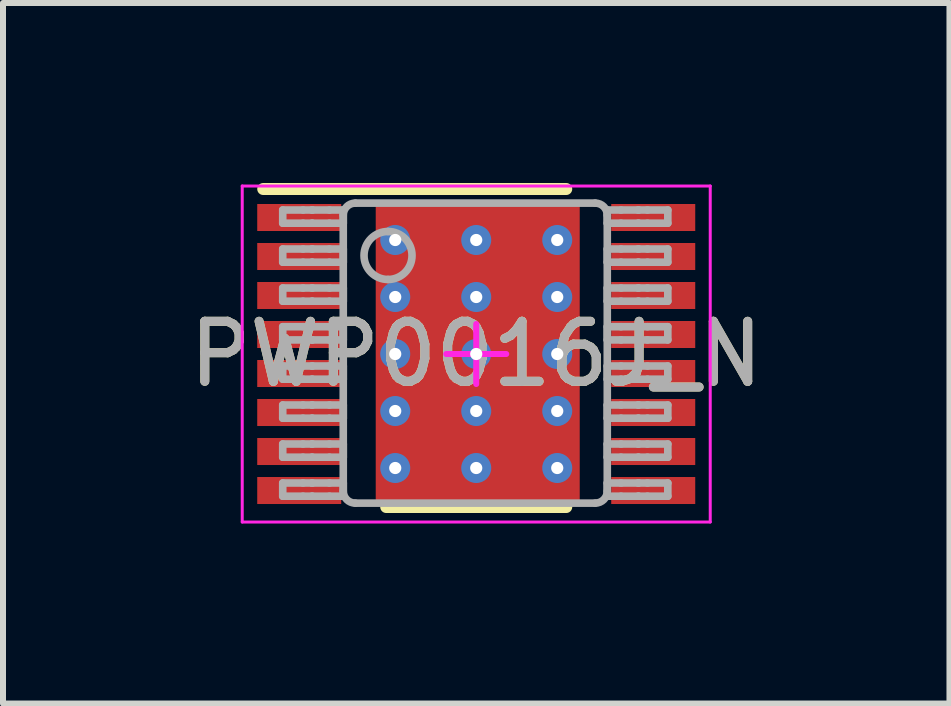
<source format=kicad_pcb>
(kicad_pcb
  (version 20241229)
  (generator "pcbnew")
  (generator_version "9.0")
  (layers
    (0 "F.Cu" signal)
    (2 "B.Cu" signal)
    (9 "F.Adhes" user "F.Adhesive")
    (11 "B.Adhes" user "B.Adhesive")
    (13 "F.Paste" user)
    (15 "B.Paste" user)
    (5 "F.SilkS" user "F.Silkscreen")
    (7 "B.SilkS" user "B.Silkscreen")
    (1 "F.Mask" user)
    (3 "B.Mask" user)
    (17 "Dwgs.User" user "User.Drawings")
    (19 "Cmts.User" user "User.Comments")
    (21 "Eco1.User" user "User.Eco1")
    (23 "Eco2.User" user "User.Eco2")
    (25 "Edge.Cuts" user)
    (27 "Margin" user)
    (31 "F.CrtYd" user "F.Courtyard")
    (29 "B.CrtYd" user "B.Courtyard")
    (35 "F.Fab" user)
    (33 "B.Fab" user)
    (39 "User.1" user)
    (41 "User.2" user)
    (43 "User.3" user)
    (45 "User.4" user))
  (footprint "PWP0016J_N"
    (layer "F.Cu")
    (at 4.887 2.85)
    (property "Reference" "PWP0016J_N" (at 0 0 0) (unlocked yes) (layer "F.SilkS") (effects (font (size 1 1) (thickness 0.15))))
    (attr smd)
    (fp_poly (pts (xy -1.23 1.726) (xy -1.23 -1.726) (xy -1.229 -1.735) (xy -1.226 -1.745) (xy -1.222 -1.753) (xy -1.216 -1.761) (xy -1.208 -1.767) (xy -1.2 -1.771) (xy -1.19 -1.774) (xy -1.181 -1.775) (xy 1.181 -1.775) (xy 1.19 -1.774) (xy 1.2 -1.771) (xy 1.208 -1.767) (xy 1.216 -1.761) (xy 1.222 -1.753) (xy 1.226 -1.745) (xy 1.229 -1.735) (xy 1.23 -1.726) (xy 1.23 1.726) (xy 1.229 1.735) (xy 1.226 1.745) (xy 1.222 1.753) (xy 1.216 1.761) (xy 1.208 1.767) (xy 1.2 1.771) (xy 1.19 1.774) (xy 1.181 1.775) (xy -1.181 1.775) (xy -1.19 1.774) (xy -1.2 1.771) (xy -1.208 1.767) (xy -1.216 1.761) (xy -1.222 1.753) (xy -1.226 1.745) (xy -1.229 1.735)) (stroke (width 0) (type solid)) (fill yes) (layer "F.Mask"))
    (fp_line (start -3.55 -2.75) (end 1.5 -2.75) (stroke (width 0.2) (type solid)) (layer "F.SilkS"))
    (fp_line (start -1.5 2.55) (end 1.5 2.55) (stroke (width 0.2) (type solid)) (layer "F.SilkS"))
    (fp_poly (pts (xy -1.23 1.726) (xy -1.23 -1.726) (xy -1.229 -1.735) (xy -1.226 -1.745) (xy -1.222 -1.753) (xy -1.216 -1.761) (xy -1.208 -1.767) (xy -1.2 -1.771) (xy -1.19 -1.774) (xy -1.181 -1.775) (xy 1.181 -1.775) (xy 1.19 -1.774) (xy 1.2 -1.771) (xy 1.208 -1.767) (xy 1.216 -1.761) (xy 1.222 -1.753) (xy 1.226 -1.745) (xy 1.229 -1.735) (xy 1.23 -1.726) (xy 1.23 1.726) (xy 1.229 1.735) (xy 1.226 1.745) (xy 1.222 1.753) (xy 1.216 1.761) (xy 1.208 1.767) (xy 1.2 1.771) (xy 1.19 1.774) (xy 1.181 1.775) (xy -1.181 1.775) (xy -1.19 1.774) (xy -1.2 1.771) (xy -1.208 1.767) (xy -1.216 1.761) (xy -1.222 1.753) (xy -1.226 1.745) (xy -1.229 1.735)) (stroke (width 0) (type solid)) (fill yes) (layer "F.Paste"))
    (fp_line (start -3.9 -2.8) (end 3.9 -2.8) (stroke (width 0.05) (type solid)) (layer "F.CrtYd"))
    (fp_line (start -3.9 2.8) (end -3.9 -2.8) (stroke (width 0.05) (type solid)) (layer "F.CrtYd"))
    (fp_line (start -3.9 2.8) (end 3.9 2.8) (stroke (width 0.05) (type solid)) (layer "F.CrtYd"))
    (fp_line (start -0.5 0) (end 0.5 0) (stroke (width 0.1) (type solid)) (layer "F.CrtYd"))
    (fp_line (start -0.000003 0.5) (end -0.000003 -0.5) (stroke (width 0.1) (type solid)) (layer "F.CrtYd"))
    (fp_line (start 3.9 2.8) (end 3.9 -2.8) (stroke (width 0.05) (type solid)) (layer "F.CrtYd"))
    (fp_line (start -3.225 -2.4) (end -2.887 -2.4) (stroke (width 0.127) (type solid)) (layer "F.Fab"))
    (fp_line (start -3.225 -2.18) (end -3.225 -2.4) (stroke (width 0.127) (type solid)) (layer "F.Fab"))
    (fp_line (start -3.225 -2.18) (end -2.887 -2.18) (stroke (width 0.127) (type solid)) (layer "F.Fab"))
    (fp_line (start -3.225 -1.75) (end -2.887 -1.75) (stroke (width 0.127) (type solid)) (layer "F.Fab"))
    (fp_line (start -3.225 -1.53) (end -3.225 -1.75) (stroke (width 0.127) (type solid)) (layer "F.Fab"))
    (fp_line (start -3.225 -1.53) (end -2.887 -1.53) (stroke (width 0.127) (type solid)) (layer "F.Fab"))
    (fp_line (start -3.225 -1.1) (end -2.887 -1.1) (stroke (width 0.127) (type solid)) (layer "F.Fab"))
    (fp_line (start -3.225 -0.88) (end -3.225 -1.1) (stroke (width 0.127) (type solid)) (layer "F.Fab"))
    (fp_line (start -3.225 -0.88) (end -2.887 -0.88) (stroke (width 0.127) (type solid)) (layer "F.Fab"))
    (fp_line (start -3.225 -0.455) (end -2.887 -0.455) (stroke (width 0.127) (type solid)) (layer "F.Fab"))
    (fp_line (start -3.225 -0.235) (end -3.225 -0.455) (stroke (width 0.127) (type solid)) (layer "F.Fab"))
    (fp_line (start -3.225 -0.235) (end -2.887 -0.235) (stroke (width 0.127) (type solid)) (layer "F.Fab"))
    (fp_line (start -3.225 0.2) (end -2.887 0.2) (stroke (width 0.127) (type solid)) (layer "F.Fab"))
    (fp_line (start -3.225 0.42) (end -3.225 0.2) (stroke (width 0.127) (type solid)) (layer "F.Fab"))
    (fp_line (start -3.225 0.42) (end -2.887 0.42) (stroke (width 0.127) (type solid)) (layer "F.Fab"))
    (fp_line (start -3.225 0.85) (end -2.887 0.85) (stroke (width 0.127) (type solid)) (layer "F.Fab"))
    (fp_line (start -3.225 1.07) (end -3.225 0.85) (stroke (width 0.127) (type solid)) (layer "F.Fab"))
    (fp_line (start -3.225 1.07) (end -2.887 1.07) (stroke (width 0.127) (type solid)) (layer "F.Fab"))
    (fp_line (start -3.225 1.5) (end -2.887 1.5) (stroke (width 0.127) (type solid)) (layer "F.Fab"))
    (fp_line (start -3.225 1.72) (end -3.225 1.5) (stroke (width 0.127) (type solid)) (layer "F.Fab"))
    (fp_line (start -3.225 1.72) (end -2.887 1.72) (stroke (width 0.127) (type solid)) (layer "F.Fab"))
    (fp_line (start -3.225 2.15) (end -2.887 2.15) (stroke (width 0.127) (type solid)) (layer "F.Fab"))
    (fp_line (start -3.225 2.37) (end -3.225 2.15) (stroke (width 0.127) (type solid)) (layer "F.Fab"))
    (fp_line (start -3.225 2.37) (end -2.887 2.37) (stroke (width 0.127) (type solid)) (layer "F.Fab"))
    (fp_line (start -2.887 -2.4) (end -2.739 -2.4) (stroke (width 0.127) (type solid)) (layer "F.Fab"))
    (fp_line (start -2.887 -2.18) (end -2.739 -2.18) (stroke (width 0.127) (type solid)) (layer "F.Fab"))
    (fp_line (start -2.887 -1.75) (end -2.739 -1.75) (stroke (width 0.127) (type solid)) (layer "F.Fab"))
    (fp_line (start -2.887 -1.53) (end -2.739 -1.53) (stroke (width 0.127) (type solid)) (layer "F.Fab"))
    (fp_line (start -2.887 -1.1) (end -2.739 -1.1) (stroke (width 0.127) (type solid)) (layer "F.Fab"))
    (fp_line (start -2.887 -0.88) (end -2.739 -0.88) (stroke (width 0.127) (type solid)) (layer "F.Fab"))
    (fp_line (start -2.887 -0.455) (end -2.739 -0.455) (stroke (width 0.127) (type solid)) (layer "F.Fab"))
    (fp_line (start -2.887 -0.235) (end -2.739 -0.235) (stroke (width 0.127) (type solid)) (layer "F.Fab"))
    (fp_line (start -2.887 0.2) (end -2.739 0.2) (stroke (width 0.127) (type solid)) (layer "F.Fab"))
    (fp_line (start -2.887 0.42) (end -2.739 0.42) (stroke (width 0.127) (type solid)) (layer "F.Fab"))
    (fp_line (start -2.887 0.85) (end -2.739 0.85) (stroke (width 0.127) (type solid)) (layer "F.Fab"))
    (fp_line (start -2.887 1.07) (end -2.739 1.07) (stroke (width 0.127) (type solid)) (layer "F.Fab"))
    (fp_line (start -2.887 1.5) (end -2.739 1.5) (stroke (width 0.127) (type solid)) (layer "F.Fab"))
    (fp_line (start -2.887 1.72) (end -2.739 1.72) (stroke (width 0.127) (type solid)) (layer "F.Fab"))
    (fp_line (start -2.887 2.15) (end -2.739 2.15) (stroke (width 0.127) (type solid)) (layer "F.Fab"))
    (fp_line (start -2.887 2.37) (end -2.739 2.37) (stroke (width 0.127) (type solid)) (layer "F.Fab"))
    (fp_line (start -2.739 -2.4) (end -2.73 -2.4) (stroke (width 0.127) (type solid)) (layer "F.Fab"))
    (fp_line (start -2.739 -2.18) (end -2.73 -2.18) (stroke (width 0.127) (type solid)) (layer "F.Fab"))
    (fp_line (start -2.739 -1.75) (end -2.73 -1.75) (stroke (width 0.127) (type solid)) (layer "F.Fab"))
    (fp_line (start -2.739 -1.53) (end -2.73 -1.53) (stroke (width 0.127) (type solid)) (layer "F.Fab"))
    (fp_line (start -2.739 -1.1) (end -2.73 -1.1) (stroke (width 0.127) (type solid)) (layer "F.Fab"))
    (fp_line (start -2.739 -0.88) (end -2.73 -0.88) (stroke (width 0.127) (type solid)) (layer "F.Fab"))
    (fp_line (start -2.739 -0.455) (end -2.73 -0.455) (stroke (width 0.127) (type solid)) (layer "F.Fab"))
    (fp_line (start -2.739 -0.235) (end -2.73 -0.235) (stroke (width 0.127) (type solid)) (layer "F.Fab"))
    (fp_line (start -2.739 0.2) (end -2.73 0.2) (stroke (width 0.127) (type solid)) (layer "F.Fab"))
    (fp_line (start -2.739 0.42) (end -2.73 0.42) (stroke (width 0.127) (type solid)) (layer "F.Fab"))
    (fp_line (start -2.739 0.85) (end -2.73 0.85) (stroke (width 0.127) (type solid)) (layer "F.Fab"))
    (fp_line (start -2.739 1.07) (end -2.73 1.07) (stroke (width 0.127) (type solid)) (layer "F.Fab"))
    (fp_line (start -2.739 1.5) (end -2.73 1.5) (stroke (width 0.127) (type solid)) (layer "F.Fab"))
    (fp_line (start -2.739 1.72) (end -2.73 1.72) (stroke (width 0.127) (type solid)) (layer "F.Fab"))
    (fp_line (start -2.739 2.15) (end -2.73 2.15) (stroke (width 0.127) (type solid)) (layer "F.Fab"))
    (fp_line (start -2.739 2.37) (end -2.73 2.37) (stroke (width 0.127) (type solid)) (layer "F.Fab"))
    (fp_line (start -2.73 -2.4) (end -2.446 -2.4) (stroke (width 0.127) (type solid)) (layer "F.Fab"))
    (fp_line (start -2.73 -2.18) (end -2.446 -2.18) (stroke (width 0.127) (type solid)) (layer "F.Fab"))
    (fp_line (start -2.73 -1.75) (end -2.446 -1.75) (stroke (width 0.127) (type solid)) (layer "F.Fab"))
    (fp_line (start -2.73 -1.53) (end -2.446 -1.53) (stroke (width 0.127) (type solid)) (layer "F.Fab"))
    (fp_line (start -2.73 -1.1) (end -2.446 -1.1) (stroke (width 0.127) (type solid)) (layer "F.Fab"))
    (fp_line (start -2.73 -0.88) (end -2.446 -0.88) (stroke (width 0.127) (type solid)) (layer "F.Fab"))
    (fp_line (start -2.73 -0.455) (end -2.446 -0.455) (stroke (width 0.127) (type solid)) (layer "F.Fab"))
    (fp_line (start -2.73 -0.235) (end -2.446 -0.235) (stroke (width 0.127) (type solid)) (layer "F.Fab"))
    (fp_line (start -2.73 0.2) (end -2.446 0.2) (stroke (width 0.127) (type solid)) (layer "F.Fab"))
    (fp_line (start -2.73 0.42) (end -2.446 0.42) (stroke (width 0.127) (type solid)) (layer "F.Fab"))
    (fp_line (start -2.73 0.85) (end -2.446 0.85) (stroke (width 0.127) (type solid)) (layer "F.Fab"))
    (fp_line (start -2.73 1.07) (end -2.446 1.07) (stroke (width 0.127) (type solid)) (layer "F.Fab"))
    (fp_line (start -2.73 1.5) (end -2.446 1.5) (stroke (width 0.127) (type solid)) (layer "F.Fab"))
    (fp_line (start -2.73 1.72) (end -2.446 1.72) (stroke (width 0.127) (type solid)) (layer "F.Fab"))
    (fp_line (start -2.73 2.15) (end -2.446 2.15) (stroke (width 0.127) (type solid)) (layer "F.Fab"))
    (fp_line (start -2.73 2.37) (end -2.446 2.37) (stroke (width 0.127) (type solid)) (layer "F.Fab"))
    (fp_line (start -2.446 -2.4) (end -2.216 -2.4) (stroke (width 0.127) (type solid)) (layer "F.Fab"))
    (fp_line (start -2.446 -2.18) (end -2.216 -2.18) (stroke (width 0.127) (type solid)) (layer "F.Fab"))
    (fp_line (start -2.446 -1.75) (end -2.216 -1.75) (stroke (width 0.127) (type solid)) (layer "F.Fab"))
    (fp_line (start -2.446 -1.53) (end -2.216 -1.53) (stroke (width 0.127) (type solid)) (layer "F.Fab"))
    (fp_line (start -2.446 -1.1) (end -2.216 -1.1) (stroke (width 0.127) (type solid)) (layer "F.Fab"))
    (fp_line (start -2.446 -0.88) (end -2.216 -0.88) (stroke (width 0.127) (type solid)) (layer "F.Fab"))
    (fp_line (start -2.446 -0.455) (end -2.216 -0.455) (stroke (width 0.127) (type solid)) (layer "F.Fab"))
    (fp_line (start -2.446 -0.235) (end -2.216 -0.235) (stroke (width 0.127) (type solid)) (layer "F.Fab"))
    (fp_line (start -2.446 0.2) (end -2.216 0.2) (stroke (width 0.127) (type solid)) (layer "F.Fab"))
    (fp_line (start -2.446 0.42) (end -2.216 0.42) (stroke (width 0.127) (type solid)) (layer "F.Fab"))
    (fp_line (start -2.446 0.85) (end -2.216 0.85) (stroke (width 0.127) (type solid)) (layer "F.Fab"))
    (fp_line (start -2.446 1.07) (end -2.216 1.07) (stroke (width 0.127) (type solid)) (layer "F.Fab"))
    (fp_line (start -2.446 1.5) (end -2.216 1.5) (stroke (width 0.127) (type solid)) (layer "F.Fab"))
    (fp_line (start -2.446 1.72) (end -2.216 1.72) (stroke (width 0.127) (type solid)) (layer "F.Fab"))
    (fp_line (start -2.446 2.15) (end -2.216 2.15) (stroke (width 0.127) (type solid)) (layer "F.Fab"))
    (fp_line (start -2.446 2.37) (end -2.216 2.37) (stroke (width 0.127) (type solid)) (layer "F.Fab"))
    (fp_line (start -2.216 -2.18) (end -2.216 -2.4) (stroke (width 0.127) (type solid)) (layer "F.Fab"))
    (fp_line (start -2.216 -1.53) (end -2.216 -1.75) (stroke (width 0.127) (type solid)) (layer "F.Fab"))
    (fp_line (start -2.216 -0.88) (end -2.216 -1.1) (stroke (width 0.127) (type solid)) (layer "F.Fab"))
    (fp_line (start -2.216 -0.235) (end -2.216 -0.455) (stroke (width 0.127) (type solid)) (layer "F.Fab"))
    (fp_line (start -2.216 0.42) (end -2.216 0.2) (stroke (width 0.127) (type solid)) (layer "F.Fab"))
    (fp_line (start -2.216 1.07) (end -2.216 0.85) (stroke (width 0.127) (type solid)) (layer "F.Fab"))
    (fp_line (start -2.216 1.72) (end -2.216 1.5) (stroke (width 0.127) (type solid)) (layer "F.Fab"))
    (fp_line (start -2.216 2.285) (end -2.216 -2.315) (stroke (width 0.127) (type solid)) (layer "F.Fab"))
    (fp_line (start -2.216 2.37) (end -2.216 2.15) (stroke (width 0.127) (type solid)) (layer "F.Fab"))
    (fp_line (start -2.016 -2.515) (end 1.984 -2.515) (stroke (width 0.127) (type solid)) (layer "F.Fab"))
    (fp_line (start -2.016 2.485) (end 1.984 2.485) (stroke (width 0.127) (type solid)) (layer "F.Fab"))
    (fp_line (start 2.184 -2.4) (end 2.413 -2.4) (stroke (width 0.127) (type solid)) (layer "F.Fab"))
    (fp_line (start 2.184 -2.18) (end 2.184 -2.4) (stroke (width 0.127) (type solid)) (layer "F.Fab"))
    (fp_line (start 2.184 -2.18) (end 2.413 -2.18) (stroke (width 0.127) (type solid)) (layer "F.Fab"))
    (fp_line (start 2.184 -1.75) (end 2.413 -1.75) (stroke (width 0.127) (type solid)) (layer "F.Fab"))
    (fp_line (start 2.184 -1.53) (end 2.184 -1.75) (stroke (width 0.127) (type solid)) (layer "F.Fab"))
    (fp_line (start 2.184 -1.53) (end 2.413 -1.53) (stroke (width 0.127) (type solid)) (layer "F.Fab"))
    (fp_line (start 2.184 -1.1) (end 2.413 -1.1) (stroke (width 0.127) (type solid)) (layer "F.Fab"))
    (fp_line (start 2.184 -0.88) (end 2.184 -1.1) (stroke (width 0.127) (type solid)) (layer "F.Fab"))
    (fp_line (start 2.184 -0.88) (end 2.413 -0.88) (stroke (width 0.127) (type solid)) (layer "F.Fab"))
    (fp_line (start 2.184 -0.455) (end 2.413 -0.455) (stroke (width 0.127) (type solid)) (layer "F.Fab"))
    (fp_line (start 2.184 -0.235) (end 2.184 -0.455) (stroke (width 0.127) (type solid)) (layer "F.Fab"))
    (fp_line (start 2.184 -0.235) (end 2.413 -0.235) (stroke (width 0.127) (type solid)) (layer "F.Fab"))
    (fp_line (start 2.184 0.2) (end 2.413 0.2) (stroke (width 0.127) (type solid)) (layer "F.Fab"))
    (fp_line (start 2.184 0.42) (end 2.184 0.2) (stroke (width 0.127) (type solid)) (layer "F.Fab"))
    (fp_line (start 2.184 0.42) (end 2.413 0.42) (stroke (width 0.127) (type solid)) (layer "F.Fab"))
    (fp_line (start 2.184 0.85) (end 2.413 0.85) (stroke (width 0.127) (type solid)) (layer "F.Fab"))
    (fp_line (start 2.184 1.07) (end 2.184 0.85) (stroke (width 0.127) (type solid)) (layer "F.Fab"))
    (fp_line (start 2.184 1.07) (end 2.413 1.07) (stroke (width 0.127) (type solid)) (layer "F.Fab"))
    (fp_line (start 2.184 1.5) (end 2.413 1.5) (stroke (width 0.127) (type solid)) (layer "F.Fab"))
    (fp_line (start 2.184 1.72) (end 2.184 1.5) (stroke (width 0.127) (type solid)) (layer "F.Fab"))
    (fp_line (start 2.184 1.72) (end 2.413 1.72) (stroke (width 0.127) (type solid)) (layer "F.Fab"))
    (fp_line (start 2.184 2.15) (end 2.413 2.15) (stroke (width 0.127) (type solid)) (layer "F.Fab"))
    (fp_line (start 2.184 2.285) (end 2.184 -2.315) (stroke (width 0.127) (type solid)) (layer "F.Fab"))
    (fp_line (start 2.184 2.37) (end 2.184 2.15) (stroke (width 0.127) (type solid)) (layer "F.Fab"))
    (fp_line (start 2.184 2.37) (end 2.413 2.37) (stroke (width 0.127) (type solid)) (layer "F.Fab"))
    (fp_line (start 2.413 -2.4) (end 2.698 -2.4) (stroke (width 0.127) (type solid)) (layer "F.Fab"))
    (fp_line (start 2.413 -2.18) (end 2.698 -2.18) (stroke (width 0.127) (type solid)) (layer "F.Fab"))
    (fp_line (start 2.413 -1.75) (end 2.698 -1.75) (stroke (width 0.127) (type solid)) (layer "F.Fab"))
    (fp_line (start 2.413 -1.53) (end 2.698 -1.53) (stroke (width 0.127) (type solid)) (layer "F.Fab"))
    (fp_line (start 2.413 -1.1) (end 2.698 -1.1) (stroke (width 0.127) (type solid)) (layer "F.Fab"))
    (fp_line (start 2.413 -0.88) (end 2.698 -0.88) (stroke (width 0.127) (type solid)) (layer "F.Fab"))
    (fp_line (start 2.413 -0.455) (end 2.698 -0.455) (stroke (width 0.127) (type solid)) (layer "F.Fab"))
    (fp_line (start 2.413 -0.235) (end 2.698 -0.235) (stroke (width 0.127) (type solid)) (layer "F.Fab"))
    (fp_line (start 2.413 0.2) (end 2.698 0.2) (stroke (width 0.127) (type solid)) (layer "F.Fab"))
    (fp_line (start 2.413 0.42) (end 2.698 0.42) (stroke (width 0.127) (type solid)) (layer "F.Fab"))
    (fp_line (start 2.413 0.85) (end 2.698 0.85) (stroke (width 0.127) (type solid)) (layer "F.Fab"))
    (fp_line (start 2.413 1.07) (end 2.698 1.07) (stroke (width 0.127) (type solid)) (layer "F.Fab"))
    (fp_line (start 2.413 1.5) (end 2.698 1.5) (stroke (width 0.127) (type solid)) (layer "F.Fab"))
    (fp_line (start 2.413 1.72) (end 2.698 1.72) (stroke (width 0.127) (type solid)) (layer "F.Fab"))
    (fp_line (start 2.413 2.15) (end 2.698 2.15) (stroke (width 0.127) (type solid)) (layer "F.Fab"))
    (fp_line (start 2.413 2.37) (end 2.698 2.37) (stroke (width 0.127) (type solid)) (layer "F.Fab"))
    (fp_line (start 2.698 -2.4) (end 2.707 -2.4) (stroke (width 0.127) (type solid)) (layer "F.Fab"))
    (fp_line (start 2.698 -2.18) (end 2.707 -2.18) (stroke (width 0.127) (type solid)) (layer "F.Fab"))
    (fp_line (start 2.698 -1.75) (end 2.707 -1.75) (stroke (width 0.127) (type solid)) (layer "F.Fab"))
    (fp_line (start 2.698 -1.53) (end 2.707 -1.53) (stroke (width 0.127) (type solid)) (layer "F.Fab"))
    (fp_line (start 2.698 -1.1) (end 2.707 -1.1) (stroke (width 0.127) (type solid)) (layer "F.Fab"))
    (fp_line (start 2.698 -0.88) (end 2.707 -0.88) (stroke (width 0.127) (type solid)) (layer "F.Fab"))
    (fp_line (start 2.698 -0.455) (end 2.707 -0.455) (stroke (width 0.127) (type solid)) (layer "F.Fab"))
    (fp_line (start 2.698 -0.235) (end 2.707 -0.235) (stroke (width 0.127) (type solid)) (layer "F.Fab"))
    (fp_line (start 2.698 0.2) (end 2.707 0.2) (stroke (width 0.127) (type solid)) (layer "F.Fab"))
    (fp_line (start 2.698 0.42) (end 2.707 0.42) (stroke (width 0.127) (type solid)) (layer "F.Fab"))
    (fp_line (start 2.698 0.85) (end 2.707 0.85) (stroke (width 0.127) (type solid)) (layer "F.Fab"))
    (fp_line (start 2.698 1.07) (end 2.707 1.07) (stroke (width 0.127) (type solid)) (layer "F.Fab"))
    (fp_line (start 2.698 1.5) (end 2.707 1.5) (stroke (width 0.127) (type solid)) (layer "F.Fab"))
    (fp_line (start 2.698 1.72) (end 2.707 1.72) (stroke (width 0.127) (type solid)) (layer "F.Fab"))
    (fp_line (start 2.698 2.15) (end 2.707 2.15) (stroke (width 0.127) (type solid)) (layer "F.Fab"))
    (fp_line (start 2.698 2.37) (end 2.707 2.37) (stroke (width 0.127) (type solid)) (layer "F.Fab"))
    (fp_line (start 2.707 -2.4) (end 2.854 -2.4) (stroke (width 0.127) (type solid)) (layer "F.Fab"))
    (fp_line (start 2.707 -2.18) (end 2.854 -2.18) (stroke (width 0.127) (type solid)) (layer "F.Fab"))
    (fp_line (start 2.707 -1.75) (end 2.854 -1.75) (stroke (width 0.127) (type solid)) (layer "F.Fab"))
    (fp_line (start 2.707 -1.53) (end 2.854 -1.53) (stroke (width 0.127) (type solid)) (layer "F.Fab"))
    (fp_line (start 2.707 -1.1) (end 2.854 -1.1) (stroke (width 0.127) (type solid)) (layer "F.Fab"))
    (fp_line (start 2.707 -0.88) (end 2.854 -0.88) (stroke (width 0.127) (type solid)) (layer "F.Fab"))
    (fp_line (start 2.707 -0.455) (end 2.854 -0.455) (stroke (width 0.127) (type solid)) (layer "F.Fab"))
    (fp_line (start 2.707 -0.235) (end 2.854 -0.235) (stroke (width 0.127) (type solid)) (layer "F.Fab"))
    (fp_line (start 2.707 0.2) (end 2.854 0.2) (stroke (width 0.127) (type solid)) (layer "F.Fab"))
    (fp_line (start 2.707 0.42) (end 2.854 0.42) (stroke (width 0.127) (type solid)) (layer "F.Fab"))
    (fp_line (start 2.707 0.85) (end 2.854 0.85) (stroke (width 0.127) (type solid)) (layer "F.Fab"))
    (fp_line (start 2.707 1.07) (end 2.854 1.07) (stroke (width 0.127) (type solid)) (layer "F.Fab"))
    (fp_line (start 2.707 1.5) (end 2.854 1.5) (stroke (width 0.127) (type solid)) (layer "F.Fab"))
    (fp_line (start 2.707 1.72) (end 2.854 1.72) (stroke (width 0.127) (type solid)) (layer "F.Fab"))
    (fp_line (start 2.707 2.15) (end 2.854 2.15) (stroke (width 0.127) (type solid)) (layer "F.Fab"))
    (fp_line (start 2.707 2.37) (end 2.854 2.37) (stroke (width 0.127) (type solid)) (layer "F.Fab"))
    (fp_line (start 2.854 -2.4) (end 3.193 -2.4) (stroke (width 0.127) (type solid)) (layer "F.Fab"))
    (fp_line (start 2.854 -2.18) (end 3.193 -2.18) (stroke (width 0.127) (type solid)) (layer "F.Fab"))
    (fp_line (start 2.854 -1.75) (end 3.193 -1.75) (stroke (width 0.127) (type solid)) (layer "F.Fab"))
    (fp_line (start 2.854 -1.53) (end 3.193 -1.53) (stroke (width 0.127) (type solid)) (layer "F.Fab"))
    (fp_line (start 2.854 -1.1) (end 3.193 -1.1) (stroke (width 0.127) (type solid)) (layer "F.Fab"))
    (fp_line (start 2.854 -0.88) (end 3.193 -0.88) (stroke (width 0.127) (type solid)) (layer "F.Fab"))
    (fp_line (start 2.854 -0.455) (end 3.193 -0.455) (stroke (width 0.127) (type solid)) (layer "F.Fab"))
    (fp_line (start 2.854 -0.235) (end 3.193 -0.235) (stroke (width 0.127) (type solid)) (layer "F.Fab"))
    (fp_line (start 2.854 0.2) (end 3.193 0.2) (stroke (width 0.127) (type solid)) (layer "F.Fab"))
    (fp_line (start 2.854 0.42) (end 3.193 0.42) (stroke (width 0.127) (type solid)) (layer "F.Fab"))
    (fp_line (start 2.854 0.85) (end 3.193 0.85) (stroke (width 0.127) (type solid)) (layer "F.Fab"))
    (fp_line (start 2.854 1.07) (end 3.193 1.07) (stroke (width 0.127) (type solid)) (layer "F.Fab"))
    (fp_line (start 2.854 1.5) (end 3.193 1.5) (stroke (width 0.127) (type solid)) (layer "F.Fab"))
    (fp_line (start 2.854 1.72) (end 3.193 1.72) (stroke (width 0.127) (type solid)) (layer "F.Fab"))
    (fp_line (start 2.854 2.15) (end 3.193 2.15) (stroke (width 0.127) (type solid)) (layer "F.Fab"))
    (fp_line (start 2.854 2.37) (end 3.193 2.37) (stroke (width 0.127) (type solid)) (layer "F.Fab"))
    (fp_line (start 3.193 -2.18) (end 3.193 -2.4) (stroke (width 0.127) (type solid)) (layer "F.Fab"))
    (fp_line (start 3.193 -1.53) (end 3.193 -1.75) (stroke (width 0.127) (type solid)) (layer "F.Fab"))
    (fp_line (start 3.193 -0.88) (end 3.193 -1.1) (stroke (width 0.127) (type solid)) (layer "F.Fab"))
    (fp_line (start 3.193 -0.235) (end 3.193 -0.455) (stroke (width 0.127) (type solid)) (layer "F.Fab"))
    (fp_line (start 3.193 0.42) (end 3.193 0.2) (stroke (width 0.127) (type solid)) (layer "F.Fab"))
    (fp_line (start 3.193 1.07) (end 3.193 0.85) (stroke (width 0.127) (type solid)) (layer "F.Fab"))
    (fp_line (start 3.193 1.72) (end 3.193 1.5) (stroke (width 0.127) (type solid)) (layer "F.Fab"))
    (fp_line (start 3.193 2.37) (end 3.193 2.15) (stroke (width 0.127) (type solid)) (layer "F.Fab"))
    (fp_arc (start -2.216137 -2.314986) (mid -2.157559 -2.456407) (end -2.016138 -2.514986) (stroke (width 0.127) (type solid)) (layer "F.Fab"))
    (fp_arc (start -2.016137 2.485004) (mid -2.157559 2.426426) (end -2.216137 2.285004) (stroke (width 0.127) (type solid)) (layer "F.Fab"))
    (fp_arc (start -1.470139 -2.041987) (mid -1.07014 -1.641988) (end -1.470139 -1.241989) (stroke (width 0.127) (type solid)) (layer "F.Fab"))
    (fp_arc (start -1.470139 -1.241989) (mid -1.870139 -1.641988) (end -1.470139 -2.041987) (stroke (width 0.127) (type solid)) (layer "F.Fab"))
    (fp_arc (start 1.983854 -2.514986) (mid 2.125275 -2.456408) (end 2.183854 -2.314986) (stroke (width 0.127) (type solid)) (layer "F.Fab"))
    (fp_arc (start 2.183854 2.285004) (mid 2.125275 2.426425) (end 1.983854 2.485004) (stroke (width 0.127) (type solid)) (layer "F.Fab"))
    (fp_text user "${REFERENCE}" (at 0 0 0) (unlocked yes) (layer "F.Fab") (effects (font (size 1 1) (thickness 0.15))))
    (pad "1" smd rect (at -2.95 -2.275 90) (size 0.45 1.4) (layers "F.Cu" "F.Mask" "F.Paste"))
    (pad "2" smd rect (at -2.95 -1.625 90) (size 0.45 1.4) (layers "F.Cu" "F.Mask" "F.Paste"))
    (pad "3" smd rect (at -2.95 -0.975 90) (size 0.45 1.4) (layers "F.Cu" "F.Mask" "F.Paste"))
    (pad "4" smd rect (at -2.95 -0.325 90) (size 0.45 1.4) (layers "F.Cu" "F.Mask" "F.Paste"))
    (pad "5" smd rect (at -2.95 0.325 90) (size 0.45 1.4) (layers "F.Cu" "F.Mask" "F.Paste"))
    (pad "6" smd rect (at -2.95 0.975 90) (size 0.45 1.4) (layers "F.Cu" "F.Mask" "F.Paste"))
    (pad "7" smd rect (at -2.95 1.625 90) (size 0.45 1.4) (layers "F.Cu" "F.Mask" "F.Paste"))
    (pad "8" smd rect (at -2.95 2.275 90) (size 0.45 1.4) (layers "F.Cu" "F.Mask" "F.Paste"))
    (pad "9" smd rect (at 2.95 2.275 90) (size 0.45 1.4) (layers "F.Cu" "F.Mask" "F.Paste"))
    (pad "10" smd rect (at 2.95 1.625 90) (size 0.45 1.4) (layers "F.Cu" "F.Mask" "F.Paste"))
    (pad "11" smd rect (at 2.95 0.975 90) (size 0.45 1.4) (layers "F.Cu" "F.Mask" "F.Paste"))
    (pad "12" smd rect (at 2.95 0.325 90) (size 0.45 1.4) (layers "F.Cu" "F.Mask" "F.Paste"))
    (pad "13" smd rect (at 2.95 -0.325 90) (size 0.45 1.4) (layers "F.Cu" "F.Mask" "F.Paste"))
    (pad "14" smd rect (at 2.95 -0.975 90) (size 0.45 1.4) (layers "F.Cu" "F.Mask" "F.Paste"))
    (pad "15" smd rect (at 2.95 -1.625 90) (size 0.45 1.4) (layers "F.Cu" "F.Mask" "F.Paste"))
    (pad "16" smd rect (at 2.95 -2.275 90) (size 0.45 1.4) (layers "F.Cu" "F.Mask" "F.Paste"))
    (pad "17" smd rect (at 0.025 0) (size 3.4 5) (layers "F.Cu" "F.Mask" "F.Paste"))
    (pad "18" thru_hole circle (at 0 0) (size 0.5 0.5) (drill 0.203) (layers "*.Cu" "*.Mask"))
    (pad "19" thru_hole circle (at 0 0.95) (size 0.5 0.5) (drill 0.203) (layers "*.Cu" "*.Mask"))
    (pad "20" thru_hole circle (at 0 -0.95) (size 0.5 0.5) (drill 0.203) (layers "*.Cu" "*.Mask"))
    (pad "21" thru_hole circle (at 0 -1.9) (size 0.5 0.5) (drill 0.203) (layers "*.Cu" "*.Mask"))
    (pad "22" thru_hole circle (at 0 1.9) (size 0.5 0.5) (drill 0.203) (layers "*.Cu" "*.Mask"))
    (pad "23" thru_hole circle (at 1.35 1.9) (size 0.5 0.5) (drill 0.203) (layers "*.Cu" "*.Mask"))
    (pad "24" thru_hole circle (at 1.35 -1.9) (size 0.5 0.5) (drill 0.203) (layers "*.Cu" "*.Mask"))
    (pad "25" thru_hole circle (at 1.35 -0.95) (size 0.5 0.5) (drill 0.203) (layers "*.Cu" "*.Mask"))
    (pad "26" thru_hole circle (at 1.35 0.95) (size 0.5 0.5) (drill 0.203) (layers "*.Cu" "*.Mask"))
    (pad "27" thru_hole circle (at 1.35 0) (size 0.5 0.5) (drill 0.203) (layers "*.Cu" "*.Mask"))
    (pad "28" thru_hole circle (at -1.35 0) (size 0.5 0.5) (drill 0.203) (layers "*.Cu" "*.Mask"))
    (pad "29" thru_hole circle (at -1.35 0.95) (size 0.5 0.5) (drill 0.203) (layers "*.Cu" "*.Mask"))
    (pad "30" thru_hole circle (at -1.35 -0.95) (size 0.5 0.5) (drill 0.203) (layers "*.Cu" "*.Mask"))
    (pad "31" thru_hole circle (at -1.35 -1.9) (size 0.5 0.5) (drill 0.203) (layers "*.Cu" "*.Mask"))
    (pad "32" thru_hole circle (at -1.35 1.9) (size 0.5 0.5) (drill 0.203) (layers "*.Cu" "*.Mask")))
  (gr_rect
    (start -3 -3)
    (end 12.774 8.675)
    (stroke (width 0.1) (type default))
    (fill no)
    (layer "Edge.Cuts")))
</source>
